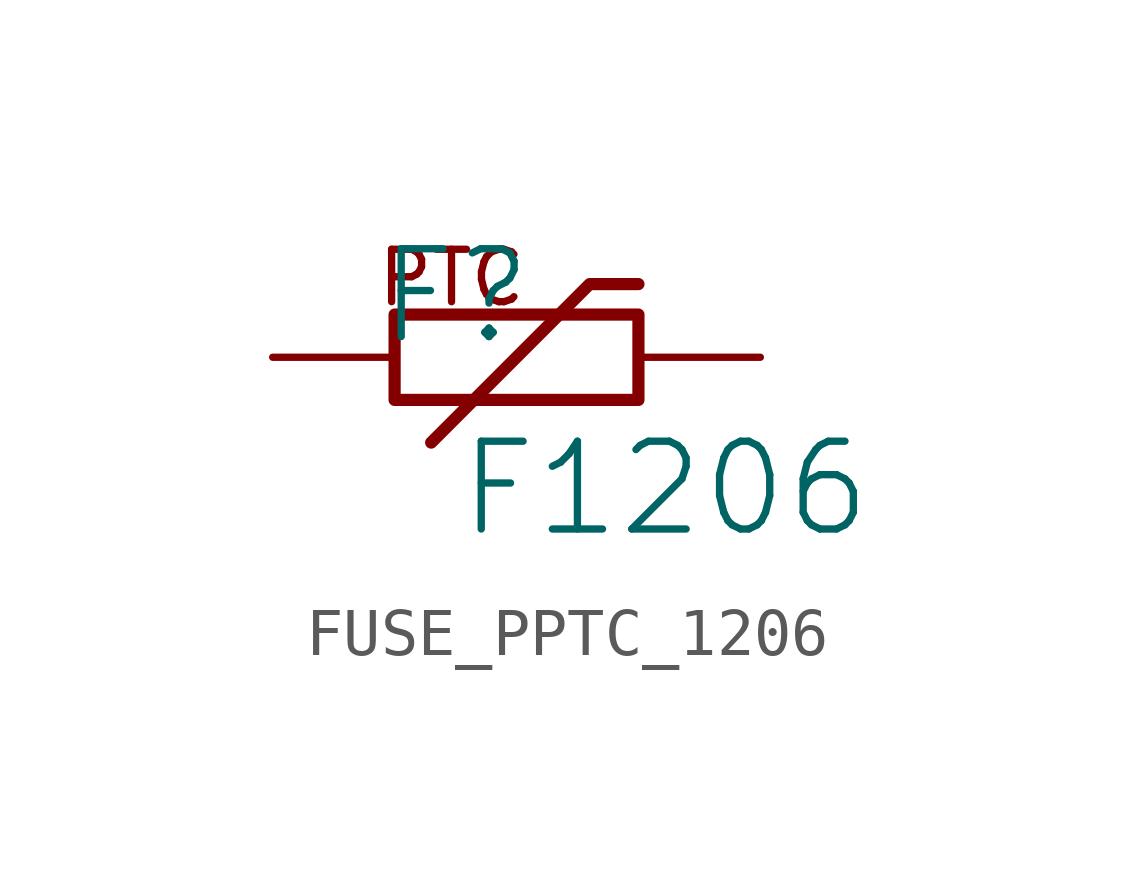
<source format=kicad_sym>
(kicad_symbol_lib
  (version 20231120)
  (generator "kicad_symbol_editor")
  (generator_version "8.0")
  (symbol "FUSE_PPTC_1206"
    (property "Reference" "F"
      (at -1.27 1.27 0)
      (effects (font (size 1.829 1.829))))
    (property "Value" "F1206"
      (at -1.27 -3.81 0)
      (effects (font (size 1.829 1.829)) (justify left bottom)))
    (symbol "FUSE_PPTC_1206_1_0"
      (polyline (pts (xy -1.778 -1.778) (xy 1.524 1.524) (xy 2.54 1.524)) (stroke (width 0.254) (type solid)) (fill (type none)))
      (polyline (pts (xy -2.54 0) (xy -2.54 0.889) (xy 2.54 0.889) (xy 2.54 -0.889) (xy -2.54 -0.889) (xy -2.54 0)) (stroke (width 0.254) (type solid)) (fill (type none)))
      (text "PTC" (at 0.254 1.016 0) (effects (font (size 1.092 1.092)) (justify right bottom)))
      (pin passive line (at -5.08 0 0) (length 2.54) (name "1" (effects (font (size 0 0)))) (number "1" (effects (font (size 0 0)))))
      (pin passive line (at 5.08 0 180) (length 2.54) (name "2" (effects (font (size 0 0)))) (number "2" (effects (font (size 0 0))))))))
</source>
